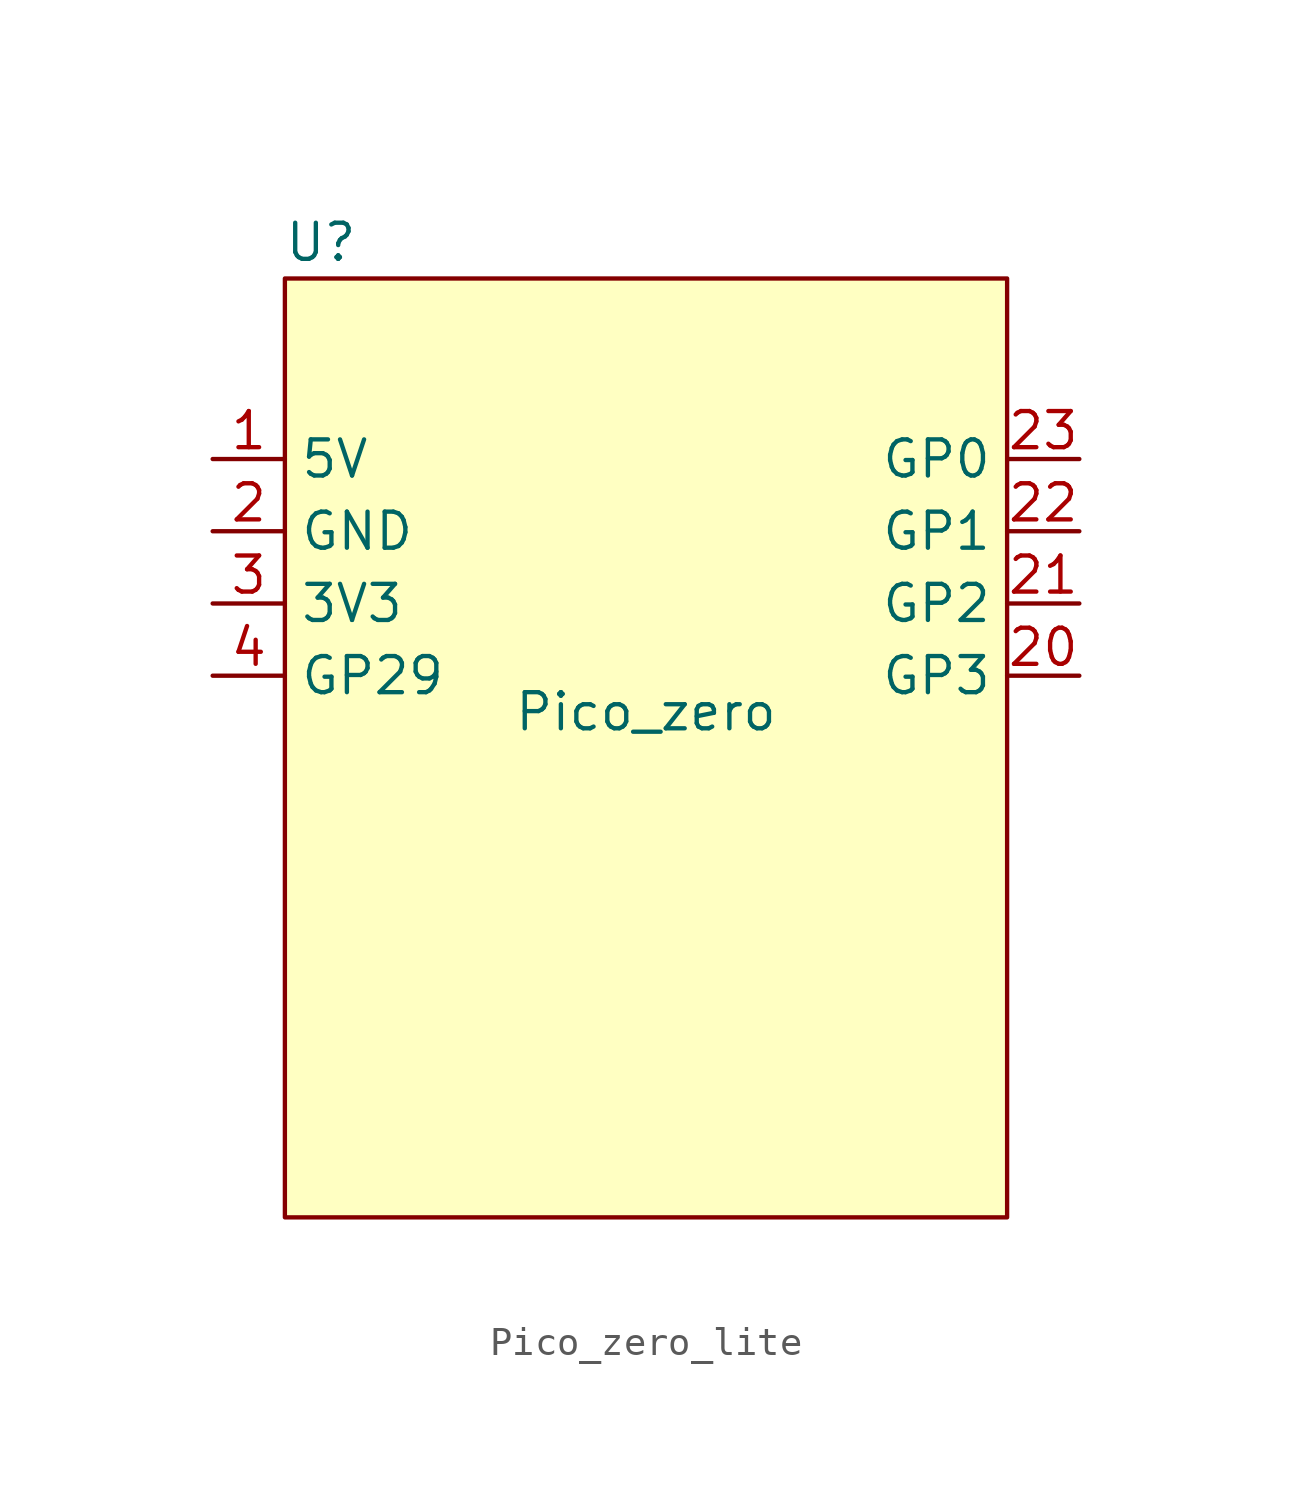
<source format=kicad_sym>
(kicad_symbol_lib
  (version 20220914)
  (generator kicad_symbol_editor)
  (symbol "Pico_zero_lite"
    (property "Reference" "U"
      (at -11.43 17.78 0)
      (effects (font (size 1.27 1.27))))
    (property "Value" "Pico_zero"
      (at 0 1.27 0)
      (effects (font (size 1.27 1.27))))
    (symbol "Pico_zero_lite_0_1"
      (rectangle (start -12.7 16.51) (end 12.7 -16.51) (stroke (width 0) (type default)) (fill (type background))))
    (symbol "Pico_zero_lite_1_1"
      (pin input line (at -15.24 10.16 0) (length 2.54) (name "5V" (effects (font (size 1.27 1.27)))) (number "1" (effects (font (size 1.27 1.27)))))
      (pin input line (at -15.24 7.62 0) (length 2.54) (name "GND" (effects (font (size 1.27 1.27)))) (number "2" (effects (font (size 1.27 1.27)))))
      (pin input line (at 15.24 2.54 180) (length 2.54) (name "GP3" (effects (font (size 1.27 1.27)))) (number "20" (effects (font (size 1.27 1.27)))))
      (pin input line (at 15.24 5.08 180) (length 2.54) (name "GP2" (effects (font (size 1.27 1.27)))) (number "21" (effects (font (size 1.27 1.27)))))
      (pin input line (at 15.24 7.62 180) (length 2.54) (name "GP1" (effects (font (size 1.27 1.27)))) (number "22" (effects (font (size 1.27 1.27)))))
      (pin input line (at 15.24 10.16 180) (length 2.54) (name "GP0" (effects (font (size 1.27 1.27)))) (number "23" (effects (font (size 1.27 1.27)))))
      (pin input line (at -15.24 5.08 0) (length 2.54) (name "3V3" (effects (font (size 1.27 1.27)))) (number "3" (effects (font (size 1.27 1.27)))))
      (pin input line (at -15.24 2.54 0) (length 2.54) (name "GP29" (effects (font (size 1.27 1.27)))) (number "4" (effects (font (size 1.27 1.27))))))))
</source>
